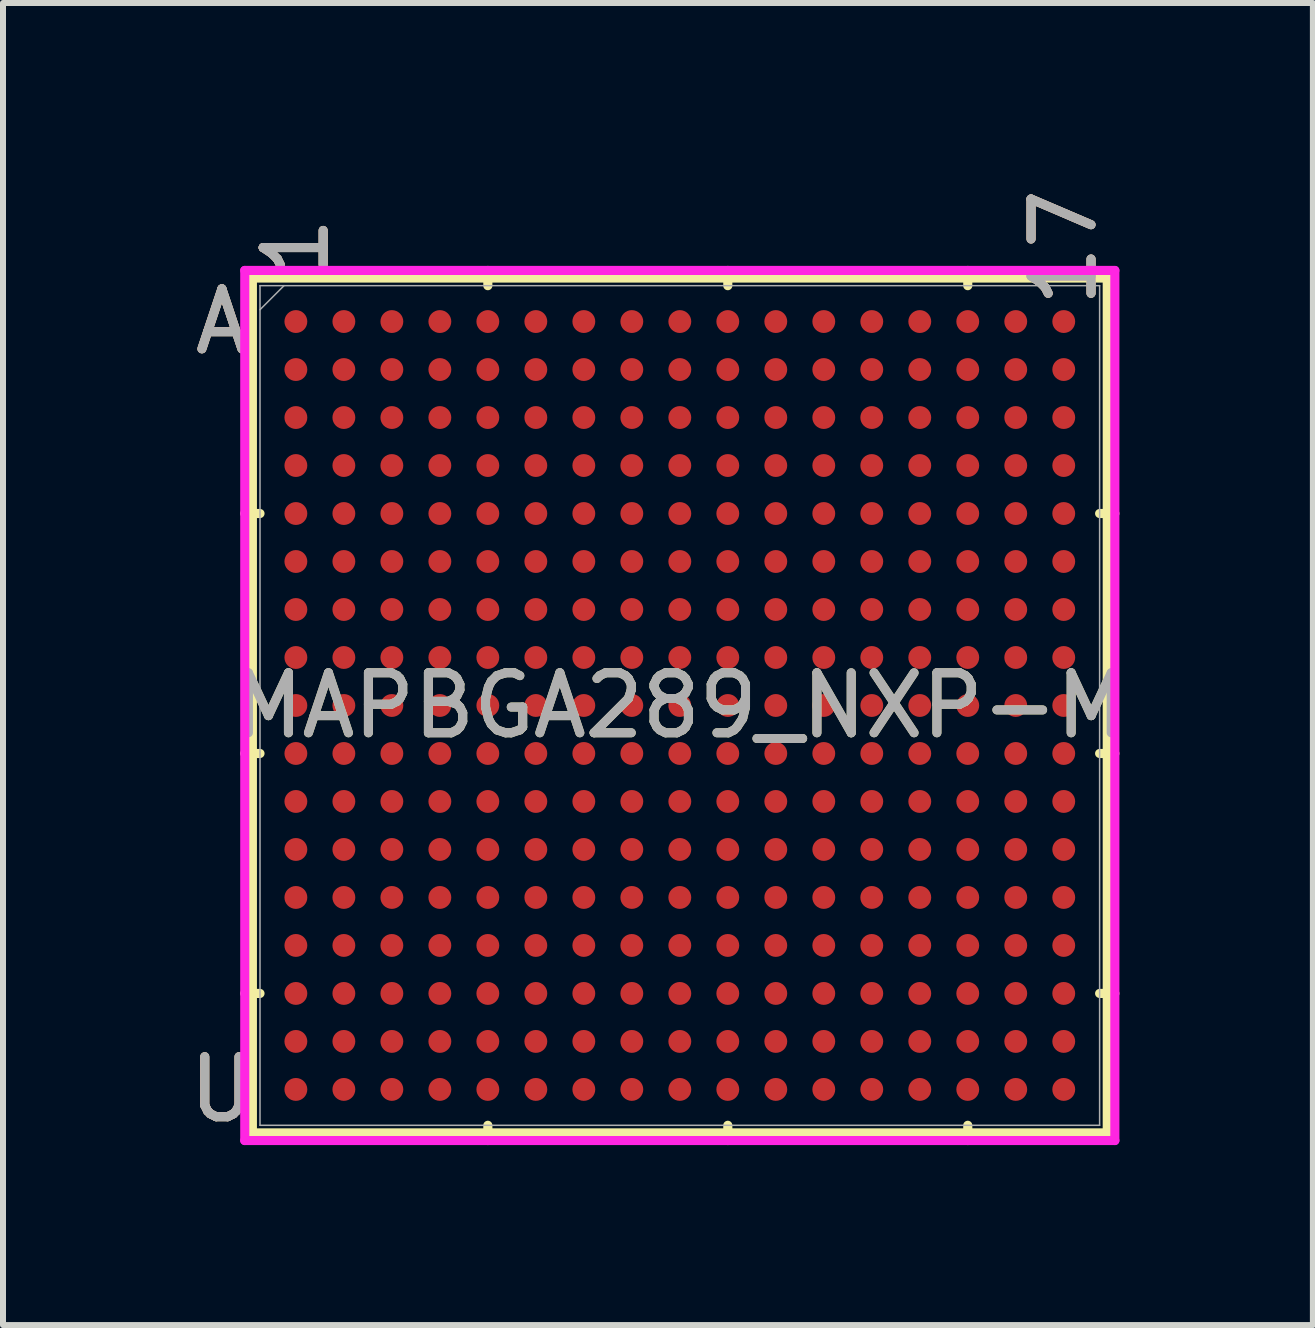
<source format=kicad_pcb>
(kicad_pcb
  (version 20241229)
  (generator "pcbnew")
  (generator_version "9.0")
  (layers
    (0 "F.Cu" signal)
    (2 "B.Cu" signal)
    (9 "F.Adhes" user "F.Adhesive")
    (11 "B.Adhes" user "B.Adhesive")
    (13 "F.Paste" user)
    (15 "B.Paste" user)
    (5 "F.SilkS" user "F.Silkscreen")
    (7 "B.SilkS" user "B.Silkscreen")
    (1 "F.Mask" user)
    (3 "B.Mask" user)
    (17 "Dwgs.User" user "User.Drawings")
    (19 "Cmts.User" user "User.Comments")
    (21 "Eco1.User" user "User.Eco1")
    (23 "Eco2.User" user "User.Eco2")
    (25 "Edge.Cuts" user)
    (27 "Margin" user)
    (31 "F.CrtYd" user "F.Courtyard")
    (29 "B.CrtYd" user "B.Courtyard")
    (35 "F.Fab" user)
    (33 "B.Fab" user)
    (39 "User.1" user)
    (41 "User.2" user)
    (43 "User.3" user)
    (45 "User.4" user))
  (footprint "MAPBGA289_NXP-M"
    (layer "F.Cu")
    (at 8.282 8.71)
    (property "Reference" "MAPBGA289_NXP-M" (at 0 0 0) (unlocked yes) (layer "F.SilkS") (effects (font (size 1 1) (thickness 0.15))))
    (attr smd)
    (fp_line (start -7.125 -7.125) (end -7.125 7.125) (stroke (width 0.152) (type solid)) (layer "F.SilkS"))
    (fp_line (start -7.125 7.125) (end 7.125 7.125) (stroke (width 0.152) (type solid)) (layer "F.SilkS"))
    (fp_line (start -6.998 -3.2) (end -7.252 -3.2) (stroke (width 0.152) (type solid)) (layer "F.SilkS"))
    (fp_line (start -6.998 0.8) (end -7.252 0.8) (stroke (width 0.152) (type solid)) (layer "F.SilkS"))
    (fp_line (start -6.998 4.8) (end -7.252 4.8) (stroke (width 0.152) (type solid)) (layer "F.SilkS"))
    (fp_line (start -3.2 -6.998) (end -3.2 -7.252) (stroke (width 0.152) (type solid)) (layer "F.SilkS"))
    (fp_line (start -3.2 6.998) (end -3.2 7.252) (stroke (width 0.152) (type solid)) (layer "F.SilkS"))
    (fp_line (start 0.8 -6.998) (end 0.8 -7.252) (stroke (width 0.152) (type solid)) (layer "F.SilkS"))
    (fp_line (start 0.8 6.998) (end 0.8 7.252) (stroke (width 0.152) (type solid)) (layer "F.SilkS"))
    (fp_line (start 4.8 -6.998) (end 4.8 -7.252) (stroke (width 0.152) (type solid)) (layer "F.SilkS"))
    (fp_line (start 4.8 6.998) (end 4.8 7.252) (stroke (width 0.152) (type solid)) (layer "F.SilkS"))
    (fp_line (start 6.998 -3.2) (end 7.252 -3.2) (stroke (width 0.152) (type solid)) (layer "F.SilkS"))
    (fp_line (start 6.998 0.8) (end 7.252 0.8) (stroke (width 0.152) (type solid)) (layer "F.SilkS"))
    (fp_line (start 6.998 4.8) (end 7.252 4.8) (stroke (width 0.152) (type solid)) (layer "F.SilkS"))
    (fp_line (start 7.125 -7.125) (end -7.125 -7.125) (stroke (width 0.152) (type solid)) (layer "F.SilkS"))
    (fp_line (start 7.125 7.125) (end 7.125 -7.125) (stroke (width 0.152) (type solid)) (layer "F.SilkS"))
    (fp_poly (pts (xy -7.245 -7.245) (xy 7.245 -7.245) (xy 7.245 7.245) (xy -7.245 7.245)) (stroke (width 0.1) (type solid)) (fill no) (layer "Eco2.User"))
    (fp_line (start -7.252 -7.252) (end 7.252 -7.252) (stroke (width 0.152) (type solid)) (layer "F.CrtYd"))
    (fp_line (start -7.252 7.252) (end -7.252 -7.252) (stroke (width 0.152) (type solid)) (layer "F.CrtYd"))
    (fp_line (start 7.252 -7.252) (end 7.252 7.252) (stroke (width 0.152) (type solid)) (layer "F.CrtYd"))
    (fp_line (start 7.252 7.252) (end -7.252 7.252) (stroke (width 0.152) (type solid)) (layer "F.CrtYd"))
    (fp_line (start -6.998 -6.998) (end -6.998 6.998) (stroke (width 0.025) (type solid)) (layer "F.Fab"))
    (fp_line (start -6.998 6.998) (end 6.998 6.998) (stroke (width 0.025) (type solid)) (layer "F.Fab"))
    (fp_line (start -6.598 -6.998) (end -6.998 -6.598) (stroke (width 0.025) (type solid)) (layer "F.Fab"))
    (fp_line (start 6.998 -6.998) (end -6.998 -6.998) (stroke (width 0.025) (type solid)) (layer "F.Fab"))
    (fp_line (start 6.998 6.998) (end 6.998 -6.998) (stroke (width 0.025) (type solid)) (layer "F.Fab"))
    (fp_text user "U" (at -7.633 6.4 0) (unlocked yes) (layer "F.SilkS") (effects (font (size 1 1) (thickness 0.15))))
    (fp_text user "17" (at 6.4 -7.633 90) (unlocked yes) (layer "F.SilkS") (effects (font (size 1 1) (thickness 0.15))))
    (fp_text user "1" (at -6.4 -7.633 90) (unlocked yes) (layer "F.SilkS") (effects (font (size 1 1) (thickness 0.15))))
    (fp_text user "A" (at -7.633 -6.4 0) (unlocked yes) (layer "F.SilkS") (effects (font (size 1 1) (thickness 0.15))))
    (fp_text user "17" (at 6.4 -7.633 90) (unlocked yes) (layer "B.SilkS") (effects (font (size 1 1) (thickness 0.15))))
    (fp_text user "1" (at -6.4 -7.633 90) (unlocked yes) (layer "B.SilkS") (effects (font (size 1 1) (thickness 0.15))))
    (fp_text user "U" (at -7.633 6.4 0) (unlocked yes) (layer "B.SilkS") (effects (font (size 1 1) (thickness 0.15))))
    (fp_text user "A" (at -7.633 -6.4 0) (unlocked yes) (layer "B.SilkS") (effects (font (size 1 1) (thickness 0.15))))
    (fp_text user "1" (at -6.4 -7.633 90) (unlocked yes) (layer "F.Fab") (effects (font (size 1 1) (thickness 0.15))))
    (fp_text user "17" (at 6.4 -7.633 90) (unlocked yes) (layer "F.Fab") (effects (font (size 1 1) (thickness 0.15))))
    (fp_text user "A" (at -7.633 -6.4 0) (unlocked yes) (layer "F.Fab") (effects (font (size 1 1) (thickness 0.15))))
    (fp_text user "${REFERENCE}" (at 0 0 0) (unlocked yes) (layer "F.Fab") (effects (font (size 1 1) (thickness 0.15))))
    (fp_text user "U" (at -7.633 6.4 0) (unlocked yes) (layer "F.Fab") (effects (font (size 1 1) (thickness 0.15))))
    (pad "A1" smd circle (at -6.4 -6.4) (size 0.381 0.381) (layers "F.Cu" "F.Mask" "F.Paste"))
    (pad "A2" smd circle (at -5.6 -6.4) (size 0.381 0.381) (layers "F.Cu" "F.Mask" "F.Paste"))
    (pad "A3" smd circle (at -4.8 -6.4) (size 0.381 0.381) (layers "F.Cu" "F.Mask" "F.Paste"))
    (pad "A4" smd circle (at -4 -6.4) (size 0.381 0.381) (layers "F.Cu" "F.Mask" "F.Paste"))
    (pad "A5" smd circle (at -3.2 -6.4) (size 0.381 0.381) (layers "F.Cu" "F.Mask" "F.Paste"))
    (pad "A6" smd circle (at -2.4 -6.4) (size 0.381 0.381) (layers "F.Cu" "F.Mask" "F.Paste"))
    (pad "A7" smd circle (at -1.6 -6.4) (size 0.381 0.381) (layers "F.Cu" "F.Mask" "F.Paste"))
    (pad "A8" smd circle (at -0.8 -6.4) (size 0.381 0.381) (layers "F.Cu" "F.Mask" "F.Paste"))
    (pad "A9" smd circle (at 0 -6.4) (size 0.381 0.381) (layers "F.Cu" "F.Mask" "F.Paste"))
    (pad "A10" smd circle (at 0.8 -6.4) (size 0.381 0.381) (layers "F.Cu" "F.Mask" "F.Paste"))
    (pad "A11" smd circle (at 1.6 -6.4) (size 0.381 0.381) (layers "F.Cu" "F.Mask" "F.Paste"))
    (pad "A12" smd circle (at 2.4 -6.4) (size 0.381 0.381) (layers "F.Cu" "F.Mask" "F.Paste"))
    (pad "A13" smd circle (at 3.2 -6.4) (size 0.381 0.381) (layers "F.Cu" "F.Mask" "F.Paste"))
    (pad "A14" smd circle (at 4 -6.4) (size 0.381 0.381) (layers "F.Cu" "F.Mask" "F.Paste"))
    (pad "A15" smd circle (at 4.8 -6.4) (size 0.381 0.381) (layers "F.Cu" "F.Mask" "F.Paste"))
    (pad "A16" smd circle (at 5.6 -6.4) (size 0.381 0.381) (layers "F.Cu" "F.Mask" "F.Paste"))
    (pad "A17" smd circle (at 6.4 -6.4) (size 0.381 0.381) (layers "F.Cu" "F.Mask" "F.Paste"))
    (pad "B1" smd circle (at -6.4 -5.6) (size 0.381 0.381) (layers "F.Cu" "F.Mask" "F.Paste"))
    (pad "B2" smd circle (at -5.6 -5.6) (size 0.381 0.381) (layers "F.Cu" "F.Mask" "F.Paste"))
    (pad "B3" smd circle (at -4.8 -5.6) (size 0.381 0.381) (layers "F.Cu" "F.Mask" "F.Paste"))
    (pad "B4" smd circle (at -4 -5.6) (size 0.381 0.381) (layers "F.Cu" "F.Mask" "F.Paste"))
    (pad "B5" smd circle (at -3.2 -5.6) (size 0.381 0.381) (layers "F.Cu" "F.Mask" "F.Paste"))
    (pad "B6" smd circle (at -2.4 -5.6) (size 0.381 0.381) (layers "F.Cu" "F.Mask" "F.Paste"))
    (pad "B7" smd circle (at -1.6 -5.6) (size 0.381 0.381) (layers "F.Cu" "F.Mask" "F.Paste"))
    (pad "B8" smd circle (at -0.8 -5.6) (size 0.381 0.381) (layers "F.Cu" "F.Mask" "F.Paste"))
    (pad "B9" smd circle (at 0 -5.6) (size 0.381 0.381) (layers "F.Cu" "F.Mask" "F.Paste"))
    (pad "B10" smd circle (at 0.8 -5.6) (size 0.381 0.381) (layers "F.Cu" "F.Mask" "F.Paste"))
    (pad "B11" smd circle (at 1.6 -5.6) (size 0.381 0.381) (layers "F.Cu" "F.Mask" "F.Paste"))
    (pad "B12" smd circle (at 2.4 -5.6) (size 0.381 0.381) (layers "F.Cu" "F.Mask" "F.Paste"))
    (pad "B13" smd circle (at 3.2 -5.6) (size 0.381 0.381) (layers "F.Cu" "F.Mask" "F.Paste"))
    (pad "B14" smd circle (at 4 -5.6) (size 0.381 0.381) (layers "F.Cu" "F.Mask" "F.Paste"))
    (pad "B15" smd circle (at 4.8 -5.6) (size 0.381 0.381) (layers "F.Cu" "F.Mask" "F.Paste"))
    (pad "B16" smd circle (at 5.6 -5.6) (size 0.381 0.381) (layers "F.Cu" "F.Mask" "F.Paste"))
    (pad "B17" smd circle (at 6.4 -5.6) (size 0.381 0.381) (layers "F.Cu" "F.Mask" "F.Paste"))
    (pad "C1" smd circle (at -6.4 -4.8) (size 0.381 0.381) (layers "F.Cu" "F.Mask" "F.Paste"))
    (pad "C2" smd circle (at -5.6 -4.8) (size 0.381 0.381) (layers "F.Cu" "F.Mask" "F.Paste"))
    (pad "C3" smd circle (at -4.8 -4.8) (size 0.381 0.381) (layers "F.Cu" "F.Mask" "F.Paste"))
    (pad "C4" smd circle (at -4 -4.8) (size 0.381 0.381) (layers "F.Cu" "F.Mask" "F.Paste"))
    (pad "C5" smd circle (at -3.2 -4.8) (size 0.381 0.381) (layers "F.Cu" "F.Mask" "F.Paste"))
    (pad "C6" smd circle (at -2.4 -4.8) (size 0.381 0.381) (layers "F.Cu" "F.Mask" "F.Paste"))
    (pad "C7" smd circle (at -1.6 -4.8) (size 0.381 0.381) (layers "F.Cu" "F.Mask" "F.Paste"))
    (pad "C8" smd circle (at -0.8 -4.8) (size 0.381 0.381) (layers "F.Cu" "F.Mask" "F.Paste"))
    (pad "C9" smd circle (at 0 -4.8) (size 0.381 0.381) (layers "F.Cu" "F.Mask" "F.Paste"))
    (pad "C10" smd circle (at 0.8 -4.8) (size 0.381 0.381) (layers "F.Cu" "F.Mask" "F.Paste"))
    (pad "C11" smd circle (at 1.6 -4.8) (size 0.381 0.381) (layers "F.Cu" "F.Mask" "F.Paste"))
    (pad "C12" smd circle (at 2.4 -4.8) (size 0.381 0.381) (layers "F.Cu" "F.Mask" "F.Paste"))
    (pad "C13" smd circle (at 3.2 -4.8) (size 0.381 0.381) (layers "F.Cu" "F.Mask" "F.Paste"))
    (pad "C14" smd circle (at 4 -4.8) (size 0.381 0.381) (layers "F.Cu" "F.Mask" "F.Paste"))
    (pad "C15" smd circle (at 4.8 -4.8) (size 0.381 0.381) (layers "F.Cu" "F.Mask" "F.Paste"))
    (pad "C16" smd circle (at 5.6 -4.8) (size 0.381 0.381) (layers "F.Cu" "F.Mask" "F.Paste"))
    (pad "C17" smd circle (at 6.4 -4.8) (size 0.381 0.381) (layers "F.Cu" "F.Mask" "F.Paste"))
    (pad "D1" smd circle (at -6.4 -4) (size 0.381 0.381) (layers "F.Cu" "F.Mask" "F.Paste"))
    (pad "D2" smd circle (at -5.6 -4) (size 0.381 0.381) (layers "F.Cu" "F.Mask" "F.Paste"))
    (pad "D3" smd circle (at -4.8 -4) (size 0.381 0.381) (layers "F.Cu" "F.Mask" "F.Paste"))
    (pad "D4" smd circle (at -4 -4) (size 0.381 0.381) (layers "F.Cu" "F.Mask" "F.Paste"))
    (pad "D5" smd circle (at -3.2 -4) (size 0.381 0.381) (layers "F.Cu" "F.Mask" "F.Paste"))
    (pad "D6" smd circle (at -2.4 -4) (size 0.381 0.381) (layers "F.Cu" "F.Mask" "F.Paste"))
    (pad "D7" smd circle (at -1.6 -4) (size 0.381 0.381) (layers "F.Cu" "F.Mask" "F.Paste"))
    (pad "D8" smd circle (at -0.8 -4) (size 0.381 0.381) (layers "F.Cu" "F.Mask" "F.Paste"))
    (pad "D9" smd circle (at 0 -4) (size 0.381 0.381) (layers "F.Cu" "F.Mask" "F.Paste"))
    (pad "D10" smd circle (at 0.8 -4) (size 0.381 0.381) (layers "F.Cu" "F.Mask" "F.Paste"))
    (pad "D11" smd circle (at 1.6 -4) (size 0.381 0.381) (layers "F.Cu" "F.Mask" "F.Paste"))
    (pad "D12" smd circle (at 2.4 -4) (size 0.381 0.381) (layers "F.Cu" "F.Mask" "F.Paste"))
    (pad "D13" smd circle (at 3.2 -4) (size 0.381 0.381) (layers "F.Cu" "F.Mask" "F.Paste"))
    (pad "D14" smd circle (at 4 -4) (size 0.381 0.381) (layers "F.Cu" "F.Mask" "F.Paste"))
    (pad "D15" smd circle (at 4.8 -4) (size 0.381 0.381) (layers "F.Cu" "F.Mask" "F.Paste"))
    (pad "D16" smd circle (at 5.6 -4) (size 0.381 0.381) (layers "F.Cu" "F.Mask" "F.Paste"))
    (pad "D17" smd circle (at 6.4 -4) (size 0.381 0.381) (layers "F.Cu" "F.Mask" "F.Paste"))
    (pad "E1" smd circle (at -6.4 -3.2) (size 0.381 0.381) (layers "F.Cu" "F.Mask" "F.Paste"))
    (pad "E2" smd circle (at -5.6 -3.2) (size 0.381 0.381) (layers "F.Cu" "F.Mask" "F.Paste"))
    (pad "E3" smd circle (at -4.8 -3.2) (size 0.381 0.381) (layers "F.Cu" "F.Mask" "F.Paste"))
    (pad "E4" smd circle (at -4 -3.2) (size 0.381 0.381) (layers "F.Cu" "F.Mask" "F.Paste"))
    (pad "E5" smd circle (at -3.2 -3.2) (size 0.381 0.381) (layers "F.Cu" "F.Mask" "F.Paste"))
    (pad "E6" smd circle (at -2.4 -3.2) (size 0.381 0.381) (layers "F.Cu" "F.Mask" "F.Paste"))
    (pad "E7" smd circle (at -1.6 -3.2) (size 0.381 0.381) (layers "F.Cu" "F.Mask" "F.Paste"))
    (pad "E8" smd circle (at -0.8 -3.2) (size 0.381 0.381) (layers "F.Cu" "F.Mask" "F.Paste"))
    (pad "E9" smd circle (at 0 -3.2) (size 0.381 0.381) (layers "F.Cu" "F.Mask" "F.Paste"))
    (pad "E10" smd circle (at 0.8 -3.2) (size 0.381 0.381) (layers "F.Cu" "F.Mask" "F.Paste"))
    (pad "E11" smd circle (at 1.6 -3.2) (size 0.381 0.381) (layers "F.Cu" "F.Mask" "F.Paste"))
    (pad "E12" smd circle (at 2.4 -3.2) (size 0.381 0.381) (layers "F.Cu" "F.Mask" "F.Paste"))
    (pad "E13" smd circle (at 3.2 -3.2) (size 0.381 0.381) (layers "F.Cu" "F.Mask" "F.Paste"))
    (pad "E14" smd circle (at 4 -3.2) (size 0.381 0.381) (layers "F.Cu" "F.Mask" "F.Paste"))
    (pad "E15" smd circle (at 4.8 -3.2) (size 0.381 0.381) (layers "F.Cu" "F.Mask" "F.Paste"))
    (pad "E16" smd circle (at 5.6 -3.2) (size 0.381 0.381) (layers "F.Cu" "F.Mask" "F.Paste"))
    (pad "E17" smd circle (at 6.4 -3.2) (size 0.381 0.381) (layers "F.Cu" "F.Mask" "F.Paste"))
    (pad "F1" smd circle (at -6.4 -2.4) (size 0.381 0.381) (layers "F.Cu" "F.Mask" "F.Paste"))
    (pad "F2" smd circle (at -5.6 -2.4) (size 0.381 0.381) (layers "F.Cu" "F.Mask" "F.Paste"))
    (pad "F3" smd circle (at -4.8 -2.4) (size 0.381 0.381) (layers "F.Cu" "F.Mask" "F.Paste"))
    (pad "F4" smd circle (at -4 -2.4) (size 0.381 0.381) (layers "F.Cu" "F.Mask" "F.Paste"))
    (pad "F5" smd circle (at -3.2 -2.4) (size 0.381 0.381) (layers "F.Cu" "F.Mask" "F.Paste"))
    (pad "F6" smd circle (at -2.4 -2.4) (size 0.381 0.381) (layers "F.Cu" "F.Mask" "F.Paste"))
    (pad "F7" smd circle (at -1.6 -2.4) (size 0.381 0.381) (layers "F.Cu" "F.Mask" "F.Paste"))
    (pad "F8" smd circle (at -0.8 -2.4) (size 0.381 0.381) (layers "F.Cu" "F.Mask" "F.Paste"))
    (pad "F9" smd circle (at 0 -2.4) (size 0.381 0.381) (layers "F.Cu" "F.Mask" "F.Paste"))
    (pad "F10" smd circle (at 0.8 -2.4) (size 0.381 0.381) (layers "F.Cu" "F.Mask" "F.Paste"))
    (pad "F11" smd circle (at 1.6 -2.4) (size 0.381 0.381) (layers "F.Cu" "F.Mask" "F.Paste"))
    (pad "F12" smd circle (at 2.4 -2.4) (size 0.381 0.381) (layers "F.Cu" "F.Mask" "F.Paste"))
    (pad "F13" smd circle (at 3.2 -2.4) (size 0.381 0.381) (layers "F.Cu" "F.Mask" "F.Paste"))
    (pad "F14" smd circle (at 4 -2.4) (size 0.381 0.381) (layers "F.Cu" "F.Mask" "F.Paste"))
    (pad "F15" smd circle (at 4.8 -2.4) (size 0.381 0.381) (layers "F.Cu" "F.Mask" "F.Paste"))
    (pad "F16" smd circle (at 5.6 -2.4) (size 0.381 0.381) (layers "F.Cu" "F.Mask" "F.Paste"))
    (pad "F17" smd circle (at 6.4 -2.4) (size 0.381 0.381) (layers "F.Cu" "F.Mask" "F.Paste"))
    (pad "G1" smd circle (at -6.4 -1.6) (size 0.381 0.381) (layers "F.Cu" "F.Mask" "F.Paste"))
    (pad "G2" smd circle (at -5.6 -1.6) (size 0.381 0.381) (layers "F.Cu" "F.Mask" "F.Paste"))
    (pad "G3" smd circle (at -4.8 -1.6) (size 0.381 0.381) (layers "F.Cu" "F.Mask" "F.Paste"))
    (pad "G4" smd circle (at -4 -1.6) (size 0.381 0.381) (layers "F.Cu" "F.Mask" "F.Paste"))
    (pad "G5" smd circle (at -3.2 -1.6) (size 0.381 0.381) (layers "F.Cu" "F.Mask" "F.Paste"))
    (pad "G6" smd circle (at -2.4 -1.6) (size 0.381 0.381) (layers "F.Cu" "F.Mask" "F.Paste"))
    (pad "G7" smd circle (at -1.6 -1.6) (size 0.381 0.381) (layers "F.Cu" "F.Mask" "F.Paste"))
    (pad "G8" smd circle (at -0.8 -1.6) (size 0.381 0.381) (layers "F.Cu" "F.Mask" "F.Paste"))
    (pad "G9" smd circle (at 0 -1.6) (size 0.381 0.381) (layers "F.Cu" "F.Mask" "F.Paste"))
    (pad "G10" smd circle (at 0.8 -1.6) (size 0.381 0.381) (layers "F.Cu" "F.Mask" "F.Paste"))
    (pad "G11" smd circle (at 1.6 -1.6) (size 0.381 0.381) (layers "F.Cu" "F.Mask" "F.Paste"))
    (pad "G12" smd circle (at 2.4 -1.6) (size 0.381 0.381) (layers "F.Cu" "F.Mask" "F.Paste"))
    (pad "G13" smd circle (at 3.2 -1.6) (size 0.381 0.381) (layers "F.Cu" "F.Mask" "F.Paste"))
    (pad "G14" smd circle (at 4 -1.6) (size 0.381 0.381) (layers "F.Cu" "F.Mask" "F.Paste"))
    (pad "G15" smd circle (at 4.8 -1.6) (size 0.381 0.381) (layers "F.Cu" "F.Mask" "F.Paste"))
    (pad "G16" smd circle (at 5.6 -1.6) (size 0.381 0.381) (layers "F.Cu" "F.Mask" "F.Paste"))
    (pad "G17" smd circle (at 6.4 -1.6) (size 0.381 0.381) (layers "F.Cu" "F.Mask" "F.Paste"))
    (pad "H1" smd circle (at -6.4 -0.8) (size 0.381 0.381) (layers "F.Cu" "F.Mask" "F.Paste"))
    (pad "H2" smd circle (at -5.6 -0.8) (size 0.381 0.381) (layers "F.Cu" "F.Mask" "F.Paste"))
    (pad "H3" smd circle (at -4.8 -0.8) (size 0.381 0.381) (layers "F.Cu" "F.Mask" "F.Paste"))
    (pad "H4" smd circle (at -4 -0.8) (size 0.381 0.381) (layers "F.Cu" "F.Mask" "F.Paste"))
    (pad "H5" smd circle (at -3.2 -0.8) (size 0.381 0.381) (layers "F.Cu" "F.Mask" "F.Paste"))
    (pad "H6" smd circle (at -2.4 -0.8) (size 0.381 0.381) (layers "F.Cu" "F.Mask" "F.Paste"))
    (pad "H7" smd circle (at -1.6 -0.8) (size 0.381 0.381) (layers "F.Cu" "F.Mask" "F.Paste"))
    (pad "H8" smd circle (at -0.8 -0.8) (size 0.381 0.381) (layers "F.Cu" "F.Mask" "F.Paste"))
    (pad "H9" smd circle (at 0 -0.8) (size 0.381 0.381) (layers "F.Cu" "F.Mask" "F.Paste"))
    (pad "H10" smd circle (at 0.8 -0.8) (size 0.381 0.381) (layers "F.Cu" "F.Mask" "F.Paste"))
    (pad "H11" smd circle (at 1.6 -0.8) (size 0.381 0.381) (layers "F.Cu" "F.Mask" "F.Paste"))
    (pad "H12" smd circle (at 2.4 -0.8) (size 0.381 0.381) (layers "F.Cu" "F.Mask" "F.Paste"))
    (pad "H13" smd circle (at 3.2 -0.8) (size 0.381 0.381) (layers "F.Cu" "F.Mask" "F.Paste"))
    (pad "H14" smd circle (at 4 -0.8) (size 0.381 0.381) (layers "F.Cu" "F.Mask" "F.Paste"))
    (pad "H15" smd circle (at 4.8 -0.8) (size 0.381 0.381) (layers "F.Cu" "F.Mask" "F.Paste"))
    (pad "H16" smd circle (at 5.6 -0.8) (size 0.381 0.381) (layers "F.Cu" "F.Mask" "F.Paste"))
    (pad "H17" smd circle (at 6.4 -0.8) (size 0.381 0.381) (layers "F.Cu" "F.Mask" "F.Paste"))
    (pad "J1" smd circle (at -6.4 0) (size 0.381 0.381) (layers "F.Cu" "F.Mask" "F.Paste"))
    (pad "J2" smd circle (at -5.6 0) (size 0.381 0.381) (layers "F.Cu" "F.Mask" "F.Paste"))
    (pad "J3" smd circle (at -4.8 0) (size 0.381 0.381) (layers "F.Cu" "F.Mask" "F.Paste"))
    (pad "J4" smd circle (at -4 0) (size 0.381 0.381) (layers "F.Cu" "F.Mask" "F.Paste"))
    (pad "J5" smd circle (at -3.2 0) (size 0.381 0.381) (layers "F.Cu" "F.Mask" "F.Paste"))
    (pad "J6" smd circle (at -2.4 0) (size 0.381 0.381) (layers "F.Cu" "F.Mask" "F.Paste"))
    (pad "J7" smd circle (at -1.6 0) (size 0.381 0.381) (layers "F.Cu" "F.Mask" "F.Paste"))
    (pad "J8" smd circle (at -0.8 0) (size 0.381 0.381) (layers "F.Cu" "F.Mask" "F.Paste"))
    (pad "J9" smd circle (at 0 0) (size 0.381 0.381) (layers "F.Cu" "F.Mask" "F.Paste"))
    (pad "J10" smd circle (at 0.8 0) (size 0.381 0.381) (layers "F.Cu" "F.Mask" "F.Paste"))
    (pad "J11" smd circle (at 1.6 0) (size 0.381 0.381) (layers "F.Cu" "F.Mask" "F.Paste"))
    (pad "J12" smd circle (at 2.4 0) (size 0.381 0.381) (layers "F.Cu" "F.Mask" "F.Paste"))
    (pad "J13" smd circle (at 3.2 0) (size 0.381 0.381) (layers "F.Cu" "F.Mask" "F.Paste"))
    (pad "J14" smd circle (at 4 0) (size 0.381 0.381) (layers "F.Cu" "F.Mask" "F.Paste"))
    (pad "J15" smd circle (at 4.8 0) (size 0.381 0.381) (layers "F.Cu" "F.Mask" "F.Paste"))
    (pad "J16" smd circle (at 5.6 0) (size 0.381 0.381) (layers "F.Cu" "F.Mask" "F.Paste"))
    (pad "J17" smd circle (at 6.4 0) (size 0.381 0.381) (layers "F.Cu" "F.Mask" "F.Paste"))
    (pad "K1" smd circle (at -6.4 0.8) (size 0.381 0.381) (layers "F.Cu" "F.Mask" "F.Paste"))
    (pad "K2" smd circle (at -5.6 0.8) (size 0.381 0.381) (layers "F.Cu" "F.Mask" "F.Paste"))
    (pad "K3" smd circle (at -4.8 0.8) (size 0.381 0.381) (layers "F.Cu" "F.Mask" "F.Paste"))
    (pad "K4" smd circle (at -4 0.8) (size 0.381 0.381) (layers "F.Cu" "F.Mask" "F.Paste"))
    (pad "K5" smd circle (at -3.2 0.8) (size 0.381 0.381) (layers "F.Cu" "F.Mask" "F.Paste"))
    (pad "K6" smd circle (at -2.4 0.8) (size 0.381 0.381) (layers "F.Cu" "F.Mask" "F.Paste"))
    (pad "K7" smd circle (at -1.6 0.8) (size 0.381 0.381) (layers "F.Cu" "F.Mask" "F.Paste"))
    (pad "K8" smd circle (at -0.8 0.8) (size 0.381 0.381) (layers "F.Cu" "F.Mask" "F.Paste"))
    (pad "K9" smd circle (at 0 0.8) (size 0.381 0.381) (layers "F.Cu" "F.Mask" "F.Paste"))
    (pad "K10" smd circle (at 0.8 0.8) (size 0.381 0.381) (layers "F.Cu" "F.Mask" "F.Paste"))
    (pad "K11" smd circle (at 1.6 0.8) (size 0.381 0.381) (layers "F.Cu" "F.Mask" "F.Paste"))
    (pad "K12" smd circle (at 2.4 0.8) (size 0.381 0.381) (layers "F.Cu" "F.Mask" "F.Paste"))
    (pad "K13" smd circle (at 3.2 0.8) (size 0.381 0.381) (layers "F.Cu" "F.Mask" "F.Paste"))
    (pad "K14" smd circle (at 4 0.8) (size 0.381 0.381) (layers "F.Cu" "F.Mask" "F.Paste"))
    (pad "K15" smd circle (at 4.8 0.8) (size 0.381 0.381) (layers "F.Cu" "F.Mask" "F.Paste"))
    (pad "K16" smd circle (at 5.6 0.8) (size 0.381 0.381) (layers "F.Cu" "F.Mask" "F.Paste"))
    (pad "K17" smd circle (at 6.4 0.8) (size 0.381 0.381) (layers "F.Cu" "F.Mask" "F.Paste"))
    (pad "L1" smd circle (at -6.4 1.6) (size 0.381 0.381) (layers "F.Cu" "F.Mask" "F.Paste"))
    (pad "L2" smd circle (at -5.6 1.6) (size 0.381 0.381) (layers "F.Cu" "F.Mask" "F.Paste"))
    (pad "L3" smd circle (at -4.8 1.6) (size 0.381 0.381) (layers "F.Cu" "F.Mask" "F.Paste"))
    (pad "L4" smd circle (at -4 1.6) (size 0.381 0.381) (layers "F.Cu" "F.Mask" "F.Paste"))
    (pad "L5" smd circle (at -3.2 1.6) (size 0.381 0.381) (layers "F.Cu" "F.Mask" "F.Paste"))
    (pad "L6" smd circle (at -2.4 1.6) (size 0.381 0.381) (layers "F.Cu" "F.Mask" "F.Paste"))
    (pad "L7" smd circle (at -1.6 1.6) (size 0.381 0.381) (layers "F.Cu" "F.Mask" "F.Paste"))
    (pad "L8" smd circle (at -0.8 1.6) (size 0.381 0.381) (layers "F.Cu" "F.Mask" "F.Paste"))
    (pad "L9" smd circle (at 0 1.6) (size 0.381 0.381) (layers "F.Cu" "F.Mask" "F.Paste"))
    (pad "L10" smd circle (at 0.8 1.6) (size 0.381 0.381) (layers "F.Cu" "F.Mask" "F.Paste"))
    (pad "L11" smd circle (at 1.6 1.6) (size 0.381 0.381) (layers "F.Cu" "F.Mask" "F.Paste"))
    (pad "L12" smd circle (at 2.4 1.6) (size 0.381 0.381) (layers "F.Cu" "F.Mask" "F.Paste"))
    (pad "L13" smd circle (at 3.2 1.6) (size 0.381 0.381) (layers "F.Cu" "F.Mask" "F.Paste"))
    (pad "L14" smd circle (at 4 1.6) (size 0.381 0.381) (layers "F.Cu" "F.Mask" "F.Paste"))
    (pad "L15" smd circle (at 4.8 1.6) (size 0.381 0.381) (layers "F.Cu" "F.Mask" "F.Paste"))
    (pad "L16" smd circle (at 5.6 1.6) (size 0.381 0.381) (layers "F.Cu" "F.Mask" "F.Paste"))
    (pad "L17" smd circle (at 6.4 1.6) (size 0.381 0.381) (layers "F.Cu" "F.Mask" "F.Paste"))
    (pad "M1" smd circle (at -6.4 2.4) (size 0.381 0.381) (layers "F.Cu" "F.Mask" "F.Paste"))
    (pad "M2" smd circle (at -5.6 2.4) (size 0.381 0.381) (layers "F.Cu" "F.Mask" "F.Paste"))
    (pad "M3" smd circle (at -4.8 2.4) (size 0.381 0.381) (layers "F.Cu" "F.Mask" "F.Paste"))
    (pad "M4" smd circle (at -4 2.4) (size 0.381 0.381) (layers "F.Cu" "F.Mask" "F.Paste"))
    (pad "M5" smd circle (at -3.2 2.4) (size 0.381 0.381) (layers "F.Cu" "F.Mask" "F.Paste"))
    (pad "M6" smd circle (at -2.4 2.4) (size 0.381 0.381) (layers "F.Cu" "F.Mask" "F.Paste"))
    (pad "M7" smd circle (at -1.6 2.4) (size 0.381 0.381) (layers "F.Cu" "F.Mask" "F.Paste"))
    (pad "M8" smd circle (at -0.8 2.4) (size 0.381 0.381) (layers "F.Cu" "F.Mask" "F.Paste"))
    (pad "M9" smd circle (at 0 2.4) (size 0.381 0.381) (layers "F.Cu" "F.Mask" "F.Paste"))
    (pad "M10" smd circle (at 0.8 2.4) (size 0.381 0.381) (layers "F.Cu" "F.Mask" "F.Paste"))
    (pad "M11" smd circle (at 1.6 2.4) (size 0.381 0.381) (layers "F.Cu" "F.Mask" "F.Paste"))
    (pad "M12" smd circle (at 2.4 2.4) (size 0.381 0.381) (layers "F.Cu" "F.Mask" "F.Paste"))
    (pad "M13" smd circle (at 3.2 2.4) (size 0.381 0.381) (layers "F.Cu" "F.Mask" "F.Paste"))
    (pad "M14" smd circle (at 4 2.4) (size 0.381 0.381) (layers "F.Cu" "F.Mask" "F.Paste"))
    (pad "M15" smd circle (at 4.8 2.4) (size 0.381 0.381) (layers "F.Cu" "F.Mask" "F.Paste"))
    (pad "M16" smd circle (at 5.6 2.4) (size 0.381 0.381) (layers "F.Cu" "F.Mask" "F.Paste"))
    (pad "M17" smd circle (at 6.4 2.4) (size 0.381 0.381) (layers "F.Cu" "F.Mask" "F.Paste"))
    (pad "N1" smd circle (at -6.4 3.2) (size 0.381 0.381) (layers "F.Cu" "F.Mask" "F.Paste"))
    (pad "N2" smd circle (at -5.6 3.2) (size 0.381 0.381) (layers "F.Cu" "F.Mask" "F.Paste"))
    (pad "N3" smd circle (at -4.8 3.2) (size 0.381 0.381) (layers "F.Cu" "F.Mask" "F.Paste"))
    (pad "N4" smd circle (at -4 3.2) (size 0.381 0.381) (layers "F.Cu" "F.Mask" "F.Paste"))
    (pad "N5" smd circle (at -3.2 3.2) (size 0.381 0.381) (layers "F.Cu" "F.Mask" "F.Paste"))
    (pad "N6" smd circle (at -2.4 3.2) (size 0.381 0.381) (layers "F.Cu" "F.Mask" "F.Paste"))
    (pad "N7" smd circle (at -1.6 3.2) (size 0.381 0.381) (layers "F.Cu" "F.Mask" "F.Paste"))
    (pad "N8" smd circle (at -0.8 3.2) (size 0.381 0.381) (layers "F.Cu" "F.Mask" "F.Paste"))
    (pad "N9" smd circle (at 0 3.2) (size 0.381 0.381) (layers "F.Cu" "F.Mask" "F.Paste"))
    (pad "N10" smd circle (at 0.8 3.2) (size 0.381 0.381) (layers "F.Cu" "F.Mask" "F.Paste"))
    (pad "N11" smd circle (at 1.6 3.2) (size 0.381 0.381) (layers "F.Cu" "F.Mask" "F.Paste"))
    (pad "N12" smd circle (at 2.4 3.2) (size 0.381 0.381) (layers "F.Cu" "F.Mask" "F.Paste"))
    (pad "N13" smd circle (at 3.2 3.2) (size 0.381 0.381) (layers "F.Cu" "F.Mask" "F.Paste"))
    (pad "N14" smd circle (at 4 3.2) (size 0.381 0.381) (layers "F.Cu" "F.Mask" "F.Paste"))
    (pad "N15" smd circle (at 4.8 3.2) (size 0.381 0.381) (layers "F.Cu" "F.Mask" "F.Paste"))
    (pad "N16" smd circle (at 5.6 3.2) (size 0.381 0.381) (layers "F.Cu" "F.Mask" "F.Paste"))
    (pad "N17" smd circle (at 6.4 3.2) (size 0.381 0.381) (layers "F.Cu" "F.Mask" "F.Paste"))
    (pad "P1" smd circle (at -6.4 4) (size 0.381 0.381) (layers "F.Cu" "F.Mask" "F.Paste"))
    (pad "P2" smd circle (at -5.6 4) (size 0.381 0.381) (layers "F.Cu" "F.Mask" "F.Paste"))
    (pad "P3" smd circle (at -4.8 4) (size 0.381 0.381) (layers "F.Cu" "F.Mask" "F.Paste"))
    (pad "P4" smd circle (at -4 4) (size 0.381 0.381) (layers "F.Cu" "F.Mask" "F.Paste"))
    (pad "P5" smd circle (at -3.2 4) (size 0.381 0.381) (layers "F.Cu" "F.Mask" "F.Paste"))
    (pad "P6" smd circle (at -2.4 4) (size 0.381 0.381) (layers "F.Cu" "F.Mask" "F.Paste"))
    (pad "P7" smd circle (at -1.6 4) (size 0.381 0.381) (layers "F.Cu" "F.Mask" "F.Paste"))
    (pad "P8" smd circle (at -0.8 4) (size 0.381 0.381) (layers "F.Cu" "F.Mask" "F.Paste"))
    (pad "P9" smd circle (at 0 4) (size 0.381 0.381) (layers "F.Cu" "F.Mask" "F.Paste"))
    (pad "P10" smd circle (at 0.8 4) (size 0.381 0.381) (layers "F.Cu" "F.Mask" "F.Paste"))
    (pad "P11" smd circle (at 1.6 4) (size 0.381 0.381) (layers "F.Cu" "F.Mask" "F.Paste"))
    (pad "P12" smd circle (at 2.4 4) (size 0.381 0.381) (layers "F.Cu" "F.Mask" "F.Paste"))
    (pad "P13" smd circle (at 3.2 4) (size 0.381 0.381) (layers "F.Cu" "F.Mask" "F.Paste"))
    (pad "P14" smd circle (at 4 4) (size 0.381 0.381) (layers "F.Cu" "F.Mask" "F.Paste"))
    (pad "P15" smd circle (at 4.8 4) (size 0.381 0.381) (layers "F.Cu" "F.Mask" "F.Paste"))
    (pad "P16" smd circle (at 5.6 4) (size 0.381 0.381) (layers "F.Cu" "F.Mask" "F.Paste"))
    (pad "P17" smd circle (at 6.4 4) (size 0.381 0.381) (layers "F.Cu" "F.Mask" "F.Paste"))
    (pad "R1" smd circle (at -6.4 4.8) (size 0.381 0.381) (layers "F.Cu" "F.Mask" "F.Paste"))
    (pad "R2" smd circle (at -5.6 4.8) (size 0.381 0.381) (layers "F.Cu" "F.Mask" "F.Paste"))
    (pad "R3" smd circle (at -4.8 4.8) (size 0.381 0.381) (layers "F.Cu" "F.Mask" "F.Paste"))
    (pad "R4" smd circle (at -4 4.8) (size 0.381 0.381) (layers "F.Cu" "F.Mask" "F.Paste"))
    (pad "R5" smd circle (at -3.2 4.8) (size 0.381 0.381) (layers "F.Cu" "F.Mask" "F.Paste"))
    (pad "R6" smd circle (at -2.4 4.8) (size 0.381 0.381) (layers "F.Cu" "F.Mask" "F.Paste"))
    (pad "R7" smd circle (at -1.6 4.8) (size 0.381 0.381) (layers "F.Cu" "F.Mask" "F.Paste"))
    (pad "R8" smd circle (at -0.8 4.8) (size 0.381 0.381) (layers "F.Cu" "F.Mask" "F.Paste"))
    (pad "R9" smd circle (at 0 4.8) (size 0.381 0.381) (layers "F.Cu" "F.Mask" "F.Paste"))
    (pad "R10" smd circle (at 0.8 4.8) (size 0.381 0.381) (layers "F.Cu" "F.Mask" "F.Paste"))
    (pad "R11" smd circle (at 1.6 4.8) (size 0.381 0.381) (layers "F.Cu" "F.Mask" "F.Paste"))
    (pad "R12" smd circle (at 2.4 4.8) (size 0.381 0.381) (layers "F.Cu" "F.Mask" "F.Paste"))
    (pad "R13" smd circle (at 3.2 4.8) (size 0.381 0.381) (layers "F.Cu" "F.Mask" "F.Paste"))
    (pad "R14" smd circle (at 4 4.8) (size 0.381 0.381) (layers "F.Cu" "F.Mask" "F.Paste"))
    (pad "R15" smd circle (at 4.8 4.8) (size 0.381 0.381) (layers "F.Cu" "F.Mask" "F.Paste"))
    (pad "R16" smd circle (at 5.6 4.8) (size 0.381 0.381) (layers "F.Cu" "F.Mask" "F.Paste"))
    (pad "R17" smd circle (at 6.4 4.8) (size 0.381 0.381) (layers "F.Cu" "F.Mask" "F.Paste"))
    (pad "T1" smd circle (at -6.4 5.6) (size 0.381 0.381) (layers "F.Cu" "F.Mask" "F.Paste"))
    (pad "T2" smd circle (at -5.6 5.6) (size 0.381 0.381) (layers "F.Cu" "F.Mask" "F.Paste"))
    (pad "T3" smd circle (at -4.8 5.6) (size 0.381 0.381) (layers "F.Cu" "F.Mask" "F.Paste"))
    (pad "T4" smd circle (at -4 5.6) (size 0.381 0.381) (layers "F.Cu" "F.Mask" "F.Paste"))
    (pad "T5" smd circle (at -3.2 5.6) (size 0.381 0.381) (layers "F.Cu" "F.Mask" "F.Paste"))
    (pad "T6" smd circle (at -2.4 5.6) (size 0.381 0.381) (layers "F.Cu" "F.Mask" "F.Paste"))
    (pad "T7" smd circle (at -1.6 5.6) (size 0.381 0.381) (layers "F.Cu" "F.Mask" "F.Paste"))
    (pad "T8" smd circle (at -0.8 5.6) (size 0.381 0.381) (layers "F.Cu" "F.Mask" "F.Paste"))
    (pad "T9" smd circle (at 0 5.6) (size 0.381 0.381) (layers "F.Cu" "F.Mask" "F.Paste"))
    (pad "T10" smd circle (at 0.8 5.6) (size 0.381 0.381) (layers "F.Cu" "F.Mask" "F.Paste"))
    (pad "T11" smd circle (at 1.6 5.6) (size 0.381 0.381) (layers "F.Cu" "F.Mask" "F.Paste"))
    (pad "T12" smd circle (at 2.4 5.6) (size 0.381 0.381) (layers "F.Cu" "F.Mask" "F.Paste"))
    (pad "T13" smd circle (at 3.2 5.6) (size 0.381 0.381) (layers "F.Cu" "F.Mask" "F.Paste"))
    (pad "T14" smd circle (at 4 5.6) (size 0.381 0.381) (layers "F.Cu" "F.Mask" "F.Paste"))
    (pad "T15" smd circle (at 4.8 5.6) (size 0.381 0.381) (layers "F.Cu" "F.Mask" "F.Paste"))
    (pad "T16" smd circle (at 5.6 5.6) (size 0.381 0.381) (layers "F.Cu" "F.Mask" "F.Paste"))
    (pad "T17" smd circle (at 6.4 5.6) (size 0.381 0.381) (layers "F.Cu" "F.Mask" "F.Paste"))
    (pad "U1" smd circle (at -6.4 6.4) (size 0.381 0.381) (layers "F.Cu" "F.Mask" "F.Paste"))
    (pad "U2" smd circle (at -5.6 6.4) (size 0.381 0.381) (layers "F.Cu" "F.Mask" "F.Paste"))
    (pad "U3" smd circle (at -4.8 6.4) (size 0.381 0.381) (layers "F.Cu" "F.Mask" "F.Paste"))
    (pad "U4" smd circle (at -4 6.4) (size 0.381 0.381) (layers "F.Cu" "F.Mask" "F.Paste"))
    (pad "U5" smd circle (at -3.2 6.4) (size 0.381 0.381) (layers "F.Cu" "F.Mask" "F.Paste"))
    (pad "U6" smd circle (at -2.4 6.4) (size 0.381 0.381) (layers "F.Cu" "F.Mask" "F.Paste"))
    (pad "U7" smd circle (at -1.6 6.4) (size 0.381 0.381) (layers "F.Cu" "F.Mask" "F.Paste"))
    (pad "U8" smd circle (at -0.8 6.4) (size 0.381 0.381) (layers "F.Cu" "F.Mask" "F.Paste"))
    (pad "U9" smd circle (at 0 6.4) (size 0.381 0.381) (layers "F.Cu" "F.Mask" "F.Paste"))
    (pad "U10" smd circle (at 0.8 6.4) (size 0.381 0.381) (layers "F.Cu" "F.Mask" "F.Paste"))
    (pad "U11" smd circle (at 1.6 6.4) (size 0.381 0.381) (layers "F.Cu" "F.Mask" "F.Paste"))
    (pad "U12" smd circle (at 2.4 6.4) (size 0.381 0.381) (layers "F.Cu" "F.Mask" "F.Paste"))
    (pad "U13" smd circle (at 3.2 6.4) (size 0.381 0.381) (layers "F.Cu" "F.Mask" "F.Paste"))
    (pad "U14" smd circle (at 4 6.4) (size 0.381 0.381) (layers "F.Cu" "F.Mask" "F.Paste"))
    (pad "U15" smd circle (at 4.8 6.4) (size 0.381 0.381) (layers "F.Cu" "F.Mask" "F.Paste"))
    (pad "U16" smd circle (at 5.6 6.4) (size 0.381 0.381) (layers "F.Cu" "F.Mask" "F.Paste"))
    (pad "U17" smd circle (at 6.4 6.4) (size 0.381 0.381) (layers "F.Cu" "F.Mask" "F.Paste")))
  (gr_rect
    (start -3 -3)
    (end 18.835 19.038)
    (stroke (width 0.1) (type default))
    (fill no)
    (layer "Edge.Cuts")))
</source>
